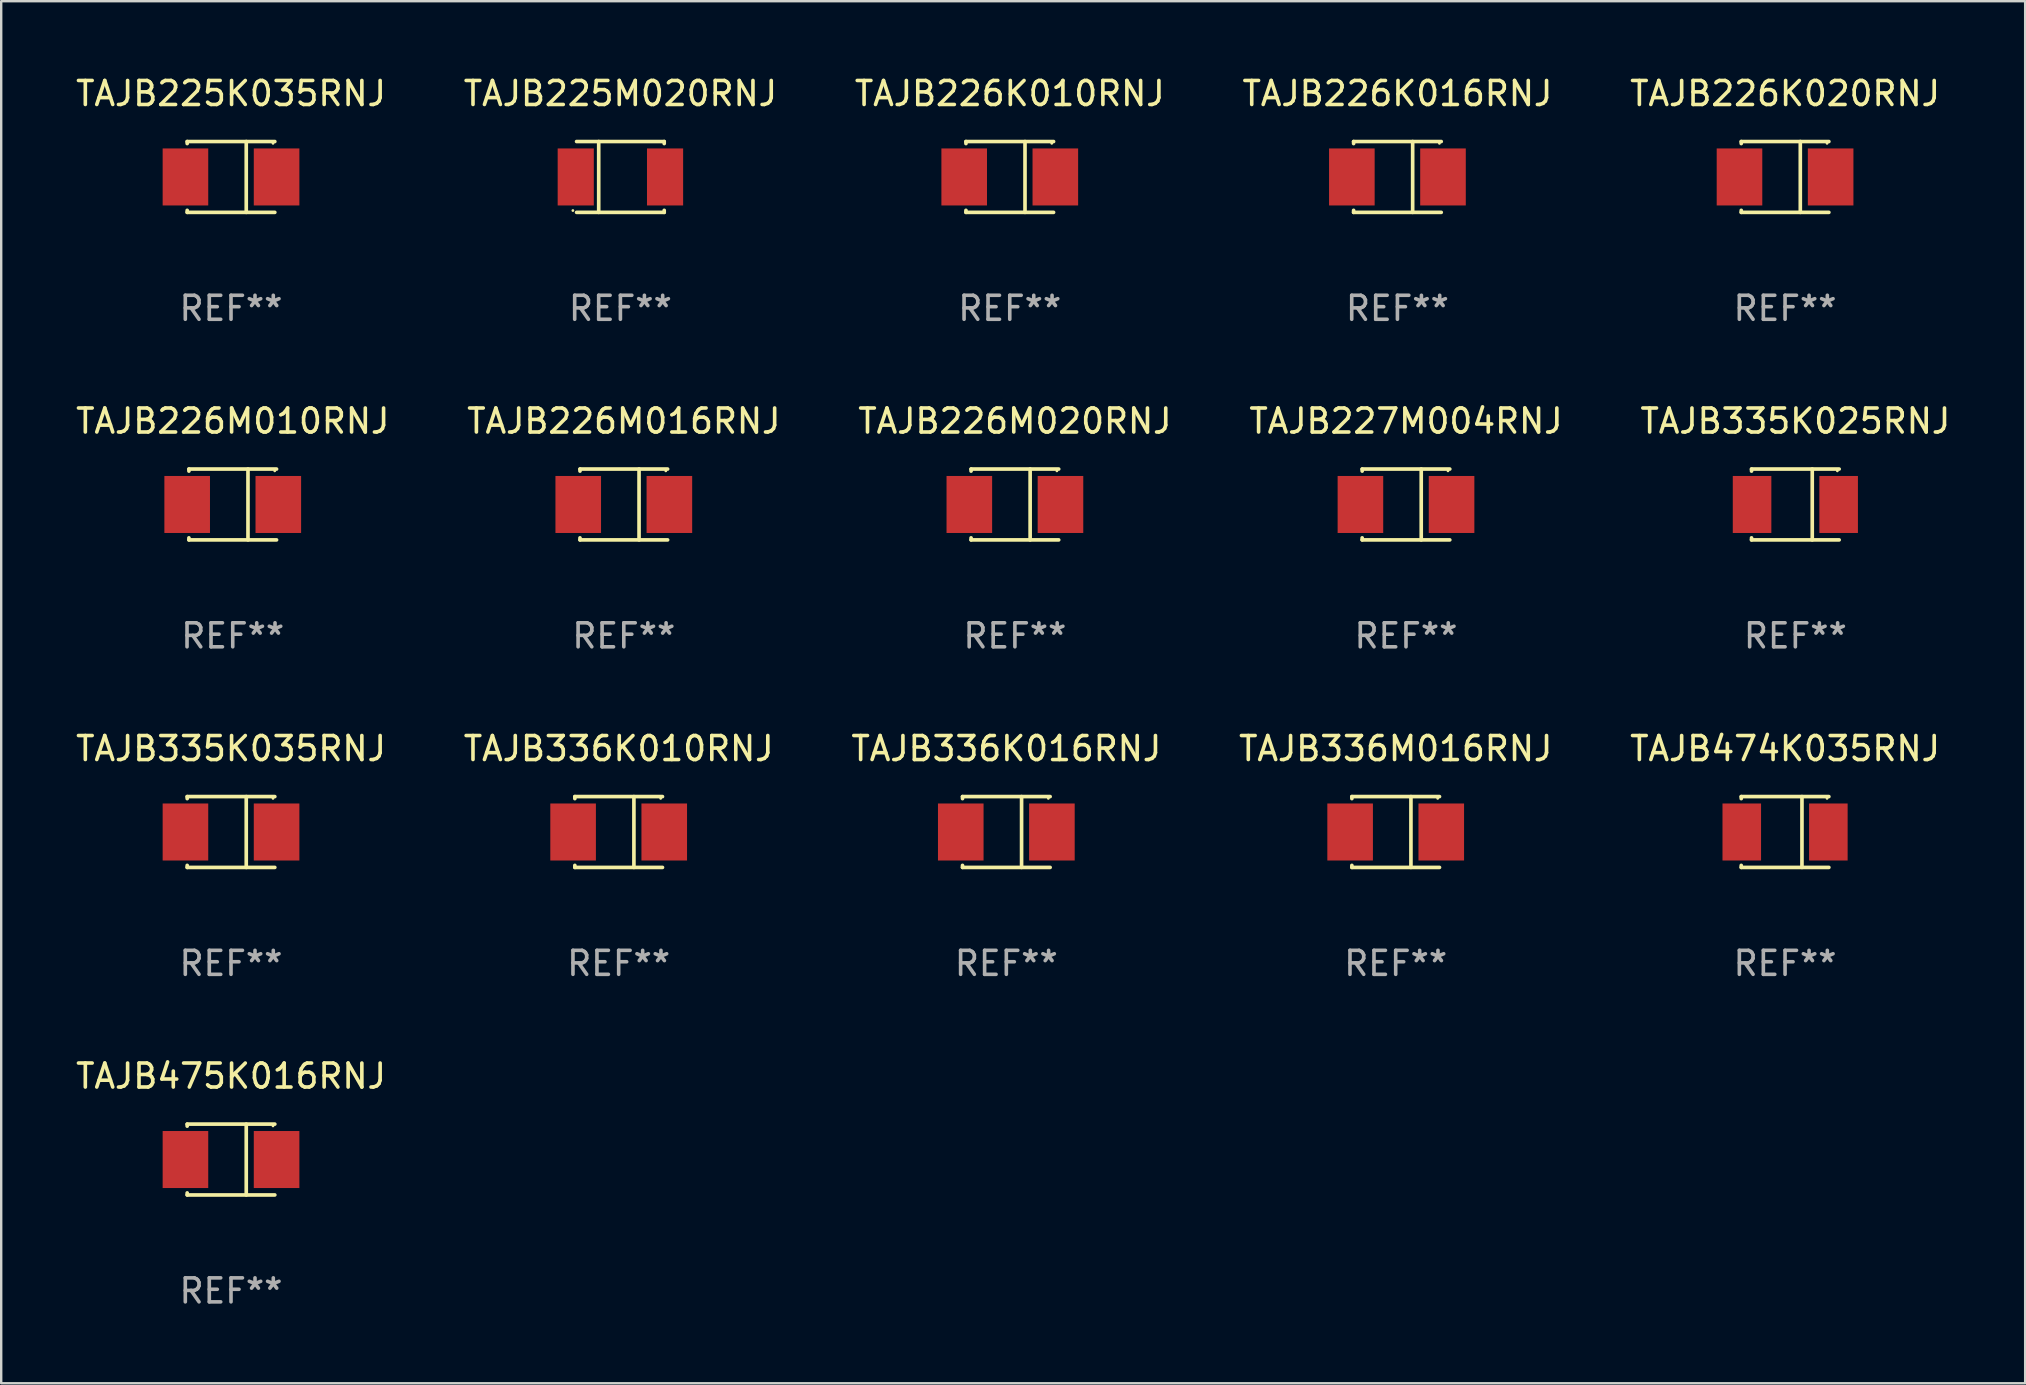
<source format=kicad_pcb>
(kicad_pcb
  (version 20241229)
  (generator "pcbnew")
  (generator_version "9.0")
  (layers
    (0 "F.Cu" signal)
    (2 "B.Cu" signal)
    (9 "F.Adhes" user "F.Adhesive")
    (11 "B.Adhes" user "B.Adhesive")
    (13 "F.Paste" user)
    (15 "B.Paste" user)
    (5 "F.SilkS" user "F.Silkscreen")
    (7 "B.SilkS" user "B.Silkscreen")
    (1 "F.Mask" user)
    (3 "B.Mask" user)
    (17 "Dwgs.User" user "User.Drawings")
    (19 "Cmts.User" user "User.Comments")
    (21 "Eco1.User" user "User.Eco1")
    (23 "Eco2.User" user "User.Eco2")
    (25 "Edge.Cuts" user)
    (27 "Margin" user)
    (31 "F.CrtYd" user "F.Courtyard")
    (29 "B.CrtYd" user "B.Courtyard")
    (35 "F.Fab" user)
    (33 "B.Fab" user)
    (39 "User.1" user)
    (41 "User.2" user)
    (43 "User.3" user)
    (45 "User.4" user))
  (footprint "TAJB474K035RNJ"
    (layer "F.Cu")
    (at 71.339 31.622)
    (property "Reference" "TAJB474K035RNJ" (at 0 -3.476 0) (layer "F.SilkS") (effects (font (size 1 1) (thickness 0.15))))
    (attr through_hole)
    (fp_line (start -1.826 -1.476) (end -1.826 -1.391) (stroke (width 0.152) (type solid)) (layer "F.SilkS"))
    (fp_line (start -1.826 -1.476) (end 1.826 -1.476) (stroke (width 0.152) (type solid)) (layer "F.SilkS"))
    (fp_line (start -1.826 1.476) (end -1.826 1.391) (stroke (width 0.152) (type solid)) (layer "F.SilkS"))
    (fp_line (start -1.826 1.476) (end 1.826 1.476) (stroke (width 0.152) (type solid)) (layer "F.SilkS"))
    (fp_line (start 0.704 -1.476) (end 0.704 1.476) (stroke (width 0.152) (type solid)) (layer "F.SilkS"))
    (fp_circle (center 1.75 -1.4) (end 1.78 -1.4) (stroke (width 0.06) (type solid)) (fill no) (layer "F.SilkS"))
    (fp_text user "REF**" (at 0 5.476 0) (layer "F.Fab") (effects (font (size 1 1) (thickness 0.15))))
    (pad "1" smd rect (at 1.804 0) (size 1.607 2.376) (layers "F.Cu" "F.Mask" "F.Paste"))
    (pad "2" smd rect (at -1.804 0) (size 1.607 2.376) (layers "F.Cu" "F.Mask" "F.Paste")))
  (footprint "TAJB227M004RNJ"
    (layer "F.Cu")
    (at 55.542 17.973)
    (property "Reference" "TAJB227M004RNJ" (at 0 -3.476 0) (layer "F.SilkS") (effects (font (size 1 1) (thickness 0.15))))
    (attr through_hole)
    (fp_line (start -1.826 -1.476) (end -1.826 -1.391) (stroke (width 0.152) (type solid)) (layer "F.SilkS"))
    (fp_line (start -1.826 -1.476) (end 1.826 -1.476) (stroke (width 0.152) (type solid)) (layer "F.SilkS"))
    (fp_line (start -1.826 1.476) (end -1.826 1.391) (stroke (width 0.152) (type solid)) (layer "F.SilkS"))
    (fp_line (start -1.826 1.476) (end 1.826 1.476) (stroke (width 0.152) (type solid)) (layer "F.SilkS"))
    (fp_line (start 0.635 -1.476) (end 0.635 1.476) (stroke (width 0.152) (type solid)) (layer "F.SilkS"))
    (fp_circle (center 1.75 -1.4) (end 1.78 -1.4) (stroke (width 0.06) (type solid)) (fill no) (layer "F.SilkS"))
    (fp_text user "REF**" (at 0 5.476 0) (layer "F.Fab") (effects (font (size 1 1) (thickness 0.15))))
    (pad "1" smd rect (at 1.899 0) (size 1.9 2.376) (layers "F.Cu" "F.Mask" "F.Paste"))
    (pad "2" smd rect (at -1.899 0) (size 1.9 2.376) (layers "F.Cu" "F.Mask" "F.Paste")))
  (footprint "TAJB226M016RNJ"
    (layer "F.Cu")
    (at 22.946 17.973)
    (property "Reference" "TAJB226M016RNJ" (at 0 -3.476 0) (layer "F.SilkS") (effects (font (size 1 1) (thickness 0.15))))
    (attr through_hole)
    (fp_line (start -1.826 -1.476) (end -1.826 -1.391) (stroke (width 0.152) (type solid)) (layer "F.SilkS"))
    (fp_line (start -1.826 -1.476) (end 1.826 -1.476) (stroke (width 0.152) (type solid)) (layer "F.SilkS"))
    (fp_line (start -1.826 1.476) (end -1.826 1.391) (stroke (width 0.152) (type solid)) (layer "F.SilkS"))
    (fp_line (start -1.826 1.476) (end 1.826 1.476) (stroke (width 0.152) (type solid)) (layer "F.SilkS"))
    (fp_line (start 0.635 -1.476) (end 0.635 1.476) (stroke (width 0.152) (type solid)) (layer "F.SilkS"))
    (fp_circle (center 1.75 -1.4) (end 1.78 -1.4) (stroke (width 0.06) (type solid)) (fill no) (layer "F.SilkS"))
    (fp_text user "REF**" (at 0 5.476 0) (layer "F.Fab") (effects (font (size 1 1) (thickness 0.15))))
    (pad "1" smd rect (at 1.899 0) (size 1.9 2.376) (layers "F.Cu" "F.Mask" "F.Paste"))
    (pad "2" smd rect (at -1.899 0) (size 1.9 2.376) (layers "F.Cu" "F.Mask" "F.Paste")))
  (footprint "TAJB226K016RNJ"
    (layer "F.Cu")
    (at 55.185 4.324)
    (property "Reference" "TAJB226K016RNJ" (at 0 -3.476 0) (layer "F.SilkS") (effects (font (size 1 1) (thickness 0.15))))
    (attr through_hole)
    (fp_line (start -1.826 -1.476) (end -1.826 -1.391) (stroke (width 0.152) (type solid)) (layer "F.SilkS"))
    (fp_line (start -1.826 -1.476) (end 1.826 -1.476) (stroke (width 0.152) (type solid)) (layer "F.SilkS"))
    (fp_line (start -1.826 1.476) (end -1.826 1.391) (stroke (width 0.152) (type solid)) (layer "F.SilkS"))
    (fp_line (start -1.826 1.476) (end 1.826 1.476) (stroke (width 0.152) (type solid)) (layer "F.SilkS"))
    (fp_line (start 0.635 -1.476) (end 0.635 1.476) (stroke (width 0.152) (type solid)) (layer "F.SilkS"))
    (fp_circle (center 1.75 -1.4) (end 1.78 -1.4) (stroke (width 0.06) (type solid)) (fill no) (layer "F.SilkS"))
    (fp_text user "REF**" (at 0 5.476 0) (layer "F.Fab") (effects (font (size 1 1) (thickness 0.15))))
    (pad "1" smd rect (at 1.899 0) (size 1.9 2.376) (layers "F.Cu" "F.Mask" "F.Paste"))
    (pad "2" smd rect (at -1.899 0) (size 1.9 2.376) (layers "F.Cu" "F.Mask" "F.Paste")))
  (footprint "TAJB335K035RNJ"
    (layer "F.Cu")
    (at 6.577 31.622)
    (property "Reference" "TAJB335K035RNJ" (at 0 -3.476 0) (layer "F.SilkS") (effects (font (size 1 1) (thickness 0.15))))
    (attr through_hole)
    (fp_line (start -1.826 -1.476) (end -1.826 -1.391) (stroke (width 0.152) (type solid)) (layer "F.SilkS"))
    (fp_line (start -1.826 -1.476) (end 1.826 -1.476) (stroke (width 0.152) (type solid)) (layer "F.SilkS"))
    (fp_line (start -1.826 1.476) (end -1.826 1.391) (stroke (width 0.152) (type solid)) (layer "F.SilkS"))
    (fp_line (start -1.826 1.476) (end 1.826 1.476) (stroke (width 0.152) (type solid)) (layer "F.SilkS"))
    (fp_line (start 0.635 -1.476) (end 0.635 1.476) (stroke (width 0.152) (type solid)) (layer "F.SilkS"))
    (fp_circle (center 1.75 -1.4) (end 1.78 -1.4) (stroke (width 0.06) (type solid)) (fill no) (layer "F.SilkS"))
    (fp_text user "REF**" (at 0 5.476 0) (layer "F.Fab") (effects (font (size 1 1) (thickness 0.15))))
    (pad "1" smd rect (at 1.899 0) (size 1.9 2.376) (layers "F.Cu" "F.Mask" "F.Paste"))
    (pad "2" smd rect (at -1.899 0) (size 1.9 2.376) (layers "F.Cu" "F.Mask" "F.Paste")))
  (footprint "TAJB226K020RNJ"
    (layer "F.Cu")
    (at 71.339 4.324)
    (property "Reference" "TAJB226K020RNJ" (at 0 -3.476 0) (layer "F.SilkS") (effects (font (size 1 1) (thickness 0.15))))
    (attr through_hole)
    (fp_line (start -1.826 -1.476) (end -1.826 -1.391) (stroke (width 0.152) (type solid)) (layer "F.SilkS"))
    (fp_line (start -1.826 -1.476) (end 1.826 -1.476) (stroke (width 0.152) (type solid)) (layer "F.SilkS"))
    (fp_line (start -1.826 1.476) (end -1.826 1.391) (stroke (width 0.152) (type solid)) (layer "F.SilkS"))
    (fp_line (start -1.826 1.476) (end 1.826 1.476) (stroke (width 0.152) (type solid)) (layer "F.SilkS"))
    (fp_line (start 0.635 -1.476) (end 0.635 1.476) (stroke (width 0.152) (type solid)) (layer "F.SilkS"))
    (fp_circle (center 1.75 -1.4) (end 1.78 -1.4) (stroke (width 0.06) (type solid)) (fill no) (layer "F.SilkS"))
    (fp_text user "REF**" (at 0 5.476 0) (layer "F.Fab") (effects (font (size 1 1) (thickness 0.15))))
    (pad "1" smd rect (at 1.899 0) (size 1.9 2.376) (layers "F.Cu" "F.Mask" "F.Paste"))
    (pad "2" smd rect (at -1.899 0) (size 1.9 2.376) (layers "F.Cu" "F.Mask" "F.Paste")))
  (footprint "TAJB226M010RNJ"
    (layer "F.Cu")
    (at 6.649 17.973)
    (property "Reference" "TAJB226M010RNJ" (at 0 -3.476 0) (layer "F.SilkS") (effects (font (size 1 1) (thickness 0.15))))
    (attr through_hole)
    (fp_line (start -1.826 -1.476) (end -1.826 -1.391) (stroke (width 0.152) (type solid)) (layer "F.SilkS"))
    (fp_line (start -1.826 -1.476) (end 1.826 -1.476) (stroke (width 0.152) (type solid)) (layer "F.SilkS"))
    (fp_line (start -1.826 1.476) (end -1.826 1.391) (stroke (width 0.152) (type solid)) (layer "F.SilkS"))
    (fp_line (start -1.826 1.476) (end 1.826 1.476) (stroke (width 0.152) (type solid)) (layer "F.SilkS"))
    (fp_line (start 0.635 -1.476) (end 0.635 1.476) (stroke (width 0.152) (type solid)) (layer "F.SilkS"))
    (fp_circle (center 1.75 -1.4) (end 1.78 -1.4) (stroke (width 0.06) (type solid)) (fill no) (layer "F.SilkS"))
    (fp_text user "REF**" (at 0 5.476 0) (layer "F.Fab") (effects (font (size 1 1) (thickness 0.15))))
    (pad "1" smd rect (at 1.899 0) (size 1.9 2.376) (layers "F.Cu" "F.Mask" "F.Paste"))
    (pad "2" smd rect (at -1.899 0) (size 1.9 2.376) (layers "F.Cu" "F.Mask" "F.Paste")))
  (footprint "TAJB475K016RNJ"
    (layer "F.Cu")
    (at 6.577 45.271)
    (property "Reference" "TAJB475K016RNJ" (at 0 -3.476 0) (layer "F.SilkS") (effects (font (size 1 1) (thickness 0.15))))
    (attr through_hole)
    (fp_line (start -1.826 -1.476) (end -1.826 -1.391) (stroke (width 0.152) (type solid)) (layer "F.SilkS"))
    (fp_line (start -1.826 -1.476) (end 1.826 -1.476) (stroke (width 0.152) (type solid)) (layer "F.SilkS"))
    (fp_line (start -1.826 1.476) (end -1.826 1.391) (stroke (width 0.152) (type solid)) (layer "F.SilkS"))
    (fp_line (start -1.826 1.476) (end 1.826 1.476) (stroke (width 0.152) (type solid)) (layer "F.SilkS"))
    (fp_line (start 0.635 -1.476) (end 0.635 1.476) (stroke (width 0.152) (type solid)) (layer "F.SilkS"))
    (fp_circle (center 1.75 -1.4) (end 1.78 -1.4) (stroke (width 0.06) (type solid)) (fill no) (layer "F.SilkS"))
    (fp_text user "REF**" (at 0 5.476 0) (layer "F.Fab") (effects (font (size 1 1) (thickness 0.15))))
    (pad "1" smd rect (at 1.899 0) (size 1.9 2.376) (layers "F.Cu" "F.Mask" "F.Paste"))
    (pad "2" smd rect (at -1.899 0) (size 1.9 2.376) (layers "F.Cu" "F.Mask" "F.Paste")))
  (footprint "TAJB336M016RNJ"
    (layer "F.Cu")
    (at 55.113 31.622)
    (property "Reference" "TAJB336M016RNJ" (at 0 -3.476 0) (layer "F.SilkS") (effects (font (size 1 1) (thickness 0.15))))
    (attr through_hole)
    (fp_line (start -1.826 -1.476) (end -1.826 -1.391) (stroke (width 0.152) (type solid)) (layer "F.SilkS"))
    (fp_line (start -1.826 -1.476) (end 1.826 -1.476) (stroke (width 0.152) (type solid)) (layer "F.SilkS"))
    (fp_line (start -1.826 1.476) (end -1.826 1.391) (stroke (width 0.152) (type solid)) (layer "F.SilkS"))
    (fp_line (start -1.826 1.476) (end 1.826 1.476) (stroke (width 0.152) (type solid)) (layer "F.SilkS"))
    (fp_line (start 0.635 -1.476) (end 0.635 1.476) (stroke (width 0.152) (type solid)) (layer "F.SilkS"))
    (fp_circle (center 1.75 -1.4) (end 1.78 -1.4) (stroke (width 0.06) (type solid)) (fill no) (layer "F.SilkS"))
    (fp_text user "REF**" (at 0 5.476 0) (layer "F.Fab") (effects (font (size 1 1) (thickness 0.15))))
    (pad "1" smd rect (at 1.899 0) (size 1.9 2.376) (layers "F.Cu" "F.Mask" "F.Paste"))
    (pad "2" smd rect (at -1.899 0) (size 1.9 2.376) (layers "F.Cu" "F.Mask" "F.Paste")))
  (footprint "TAJB336K010RNJ"
    (layer "F.Cu")
    (at 22.732 31.622)
    (property "Reference" "TAJB336K010RNJ" (at 0 -3.476 0) (layer "F.SilkS") (effects (font (size 1 1) (thickness 0.15))))
    (attr through_hole)
    (fp_line (start -1.826 -1.476) (end -1.826 -1.391) (stroke (width 0.152) (type solid)) (layer "F.SilkS"))
    (fp_line (start -1.826 -1.476) (end 1.826 -1.476) (stroke (width 0.152) (type solid)) (layer "F.SilkS"))
    (fp_line (start -1.826 1.476) (end -1.826 1.391) (stroke (width 0.152) (type solid)) (layer "F.SilkS"))
    (fp_line (start -1.826 1.476) (end 1.826 1.476) (stroke (width 0.152) (type solid)) (layer "F.SilkS"))
    (fp_line (start 0.635 -1.476) (end 0.635 1.476) (stroke (width 0.152) (type solid)) (layer "F.SilkS"))
    (fp_circle (center 1.75 -1.4) (end 1.78 -1.4) (stroke (width 0.06) (type solid)) (fill no) (layer "F.SilkS"))
    (fp_text user "REF**" (at 0 5.476 0) (layer "F.Fab") (effects (font (size 1 1) (thickness 0.15))))
    (pad "1" smd rect (at 1.899 0) (size 1.9 2.376) (layers "F.Cu" "F.Mask" "F.Paste"))
    (pad "2" smd rect (at -1.899 0) (size 1.9 2.376) (layers "F.Cu" "F.Mask" "F.Paste")))
  (footprint "TAJB226K010RNJ"
    (layer "F.Cu")
    (at 39.03 4.324)
    (property "Reference" "TAJB226K010RNJ" (at 0 -3.476 0) (layer "F.SilkS") (effects (font (size 1 1) (thickness 0.15))))
    (attr through_hole)
    (fp_line (start -1.826 -1.476) (end -1.826 -1.391) (stroke (width 0.152) (type solid)) (layer "F.SilkS"))
    (fp_line (start -1.826 -1.476) (end 1.826 -1.476) (stroke (width 0.152) (type solid)) (layer "F.SilkS"))
    (fp_line (start -1.826 1.476) (end -1.826 1.391) (stroke (width 0.152) (type solid)) (layer "F.SilkS"))
    (fp_line (start -1.826 1.476) (end 1.826 1.476) (stroke (width 0.152) (type solid)) (layer "F.SilkS"))
    (fp_line (start 0.635 -1.476) (end 0.635 1.476) (stroke (width 0.152) (type solid)) (layer "F.SilkS"))
    (fp_circle (center 1.75 -1.4) (end 1.78 -1.4) (stroke (width 0.06) (type solid)) (fill no) (layer "F.SilkS"))
    (fp_text user "REF**" (at 0 5.476 0) (layer "F.Fab") (effects (font (size 1 1) (thickness 0.15))))
    (pad "1" smd rect (at 1.899 0) (size 1.9 2.376) (layers "F.Cu" "F.Mask" "F.Paste"))
    (pad "2" smd rect (at -1.899 0) (size 1.9 2.376) (layers "F.Cu" "F.Mask" "F.Paste")))
  (footprint "TAJB225K035RNJ"
    (layer "F.Cu")
    (at 6.577 4.324)
    (property "Reference" "TAJB225K035RNJ" (at 0 -3.476 0) (layer "F.SilkS") (effects (font (size 1 1) (thickness 0.15))))
    (attr through_hole)
    (fp_line (start -1.826 -1.476) (end -1.826 -1.391) (stroke (width 0.152) (type solid)) (layer "F.SilkS"))
    (fp_line (start -1.826 -1.476) (end 1.826 -1.476) (stroke (width 0.152) (type solid)) (layer "F.SilkS"))
    (fp_line (start -1.826 1.476) (end -1.826 1.391) (stroke (width 0.152) (type solid)) (layer "F.SilkS"))
    (fp_line (start -1.826 1.476) (end 1.826 1.476) (stroke (width 0.152) (type solid)) (layer "F.SilkS"))
    (fp_line (start 0.635 -1.476) (end 0.635 1.476) (stroke (width 0.152) (type solid)) (layer "F.SilkS"))
    (fp_circle (center 1.75 -1.4) (end 1.78 -1.4) (stroke (width 0.06) (type solid)) (fill no) (layer "F.SilkS"))
    (fp_text user "REF**" (at 0 5.476 0) (layer "F.Fab") (effects (font (size 1 1) (thickness 0.15))))
    (pad "1" smd rect (at 1.899 0) (size 1.9 2.376) (layers "F.Cu" "F.Mask" "F.Paste"))
    (pad "2" smd rect (at -1.899 0) (size 1.9 2.376) (layers "F.Cu" "F.Mask" "F.Paste")))
  (footprint "TAJB335K025RNJ"
    (layer "F.Cu")
    (at 71.768 17.973)
    (property "Reference" "TAJB335K025RNJ" (at 0 -3.476 0) (layer "F.SilkS") (effects (font (size 1 1) (thickness 0.15))))
    (attr through_hole)
    (fp_line (start -1.826 -1.476) (end -1.826 -1.391) (stroke (width 0.152) (type solid)) (layer "F.SilkS"))
    (fp_line (start -1.826 -1.476) (end 1.826 -1.476) (stroke (width 0.152) (type solid)) (layer "F.SilkS"))
    (fp_line (start -1.826 1.476) (end -1.826 1.391) (stroke (width 0.152) (type solid)) (layer "F.SilkS"))
    (fp_line (start -1.826 1.476) (end 1.826 1.476) (stroke (width 0.152) (type solid)) (layer "F.SilkS"))
    (fp_line (start 0.704 -1.476) (end 0.704 1.476) (stroke (width 0.152) (type solid)) (layer "F.SilkS"))
    (fp_circle (center 1.75 -1.4) (end 1.78 -1.4) (stroke (width 0.06) (type solid)) (fill no) (layer "F.SilkS"))
    (fp_text user "REF**" (at 0 5.476 0) (layer "F.Fab") (effects (font (size 1 1) (thickness 0.15))))
    (pad "1" smd rect (at 1.804 0) (size 1.607 2.376) (layers "F.Cu" "F.Mask" "F.Paste"))
    (pad "2" smd rect (at -1.804 0) (size 1.607 2.376) (layers "F.Cu" "F.Mask" "F.Paste")))
  (footprint "TAJB226M020RNJ"
    (layer "F.Cu")
    (at 39.244 17.973)
    (property "Reference" "TAJB226M020RNJ" (at 0 -3.476 0) (layer "F.SilkS") (effects (font (size 1 1) (thickness 0.15))))
    (attr through_hole)
    (fp_line (start -1.826 -1.476) (end -1.826 -1.391) (stroke (width 0.152) (type solid)) (layer "F.SilkS"))
    (fp_line (start -1.826 -1.476) (end 1.826 -1.476) (stroke (width 0.152) (type solid)) (layer "F.SilkS"))
    (fp_line (start -1.826 1.476) (end -1.826 1.391) (stroke (width 0.152) (type solid)) (layer "F.SilkS"))
    (fp_line (start -1.826 1.476) (end 1.826 1.476) (stroke (width 0.152) (type solid)) (layer "F.SilkS"))
    (fp_line (start 0.635 -1.476) (end 0.635 1.476) (stroke (width 0.152) (type solid)) (layer "F.SilkS"))
    (fp_circle (center 1.75 -1.4) (end 1.78 -1.4) (stroke (width 0.06) (type solid)) (fill no) (layer "F.SilkS"))
    (fp_text user "REF**" (at 0 5.476 0) (layer "F.Fab") (effects (font (size 1 1) (thickness 0.15))))
    (pad "1" smd rect (at 1.899 0) (size 1.9 2.376) (layers "F.Cu" "F.Mask" "F.Paste"))
    (pad "2" smd rect (at -1.899 0) (size 1.9 2.376) (layers "F.Cu" "F.Mask" "F.Paste")))
  (footprint "TAJB225M020RNJ"
    (layer "F.Cu")
    (at 22.804 4.324)
    (property "Reference" "TAJB225M020RNJ" (at 0 -3.476 0) (layer "F.SilkS") (effects (font (size 1 1) (thickness 0.15))))
    (attr through_hole)
    (fp_line (start -0.904 1.476) (end -0.904 -1.476) (stroke (width 0.152) (type solid)) (layer "F.SilkS"))
    (fp_line (start 1.826 -1.476) (end -1.826 -1.476) (stroke (width 0.152) (type solid)) (layer "F.SilkS"))
    (fp_line (start 1.826 -1.476) (end 1.826 -1.391) (stroke (width 0.152) (type solid)) (layer "F.SilkS"))
    (fp_line (start 1.826 1.476) (end -1.826 1.476) (stroke (width 0.152) (type solid)) (layer "F.SilkS"))
    (fp_line (start 1.826 1.476) (end 1.826 1.391) (stroke (width 0.152) (type solid)) (layer "F.SilkS"))
    (fp_circle (center -1.98 1.4) (end -1.95 1.4) (stroke (width 0.06) (type solid)) (fill no) (layer "F.SilkS"))
    (fp_text user "REF**" (at 0 5.476 0) (layer "F.Fab") (effects (font (size 1 1) (thickness 0.15))))
    (pad "1" smd rect (at -1.861 0 180) (size 1.506 2.376) (layers "F.Cu" "F.Mask" "F.Paste"))
    (pad "2" smd rect (at 1.861 0 180) (size 1.506 2.376) (layers "F.Cu" "F.Mask" "F.Paste")))
  (footprint "TAJB336K016RNJ"
    (layer "F.Cu")
    (at 38.887 31.622)
    (property "Reference" "TAJB336K016RNJ" (at 0 -3.476 0) (layer "F.SilkS") (effects (font (size 1 1) (thickness 0.15))))
    (attr through_hole)
    (fp_line (start -1.826 -1.476) (end -1.826 -1.391) (stroke (width 0.152) (type solid)) (layer "F.SilkS"))
    (fp_line (start -1.826 -1.476) (end 1.826 -1.476) (stroke (width 0.152) (type solid)) (layer "F.SilkS"))
    (fp_line (start -1.826 1.476) (end -1.826 1.391) (stroke (width 0.152) (type solid)) (layer "F.SilkS"))
    (fp_line (start -1.826 1.476) (end 1.826 1.476) (stroke (width 0.152) (type solid)) (layer "F.SilkS"))
    (fp_line (start 0.635 -1.476) (end 0.635 1.476) (stroke (width 0.152) (type solid)) (layer "F.SilkS"))
    (fp_circle (center 1.75 -1.4) (end 1.78 -1.4) (stroke (width 0.06) (type solid)) (fill no) (layer "F.SilkS"))
    (fp_text user "REF**" (at 0 5.476 0) (layer "F.Fab") (effects (font (size 1 1) (thickness 0.15))))
    (pad "1" smd rect (at 1.899 0) (size 1.9 2.376) (layers "F.Cu" "F.Mask" "F.Paste"))
    (pad "2" smd rect (at -1.899 0) (size 1.9 2.376) (layers "F.Cu" "F.Mask" "F.Paste")))
  (gr_rect
    (start -3 -3)
    (end 81.345 54.596)
    (stroke (width 0.1) (type default))
    (fill no)
    (layer "Edge.Cuts")))
</source>
